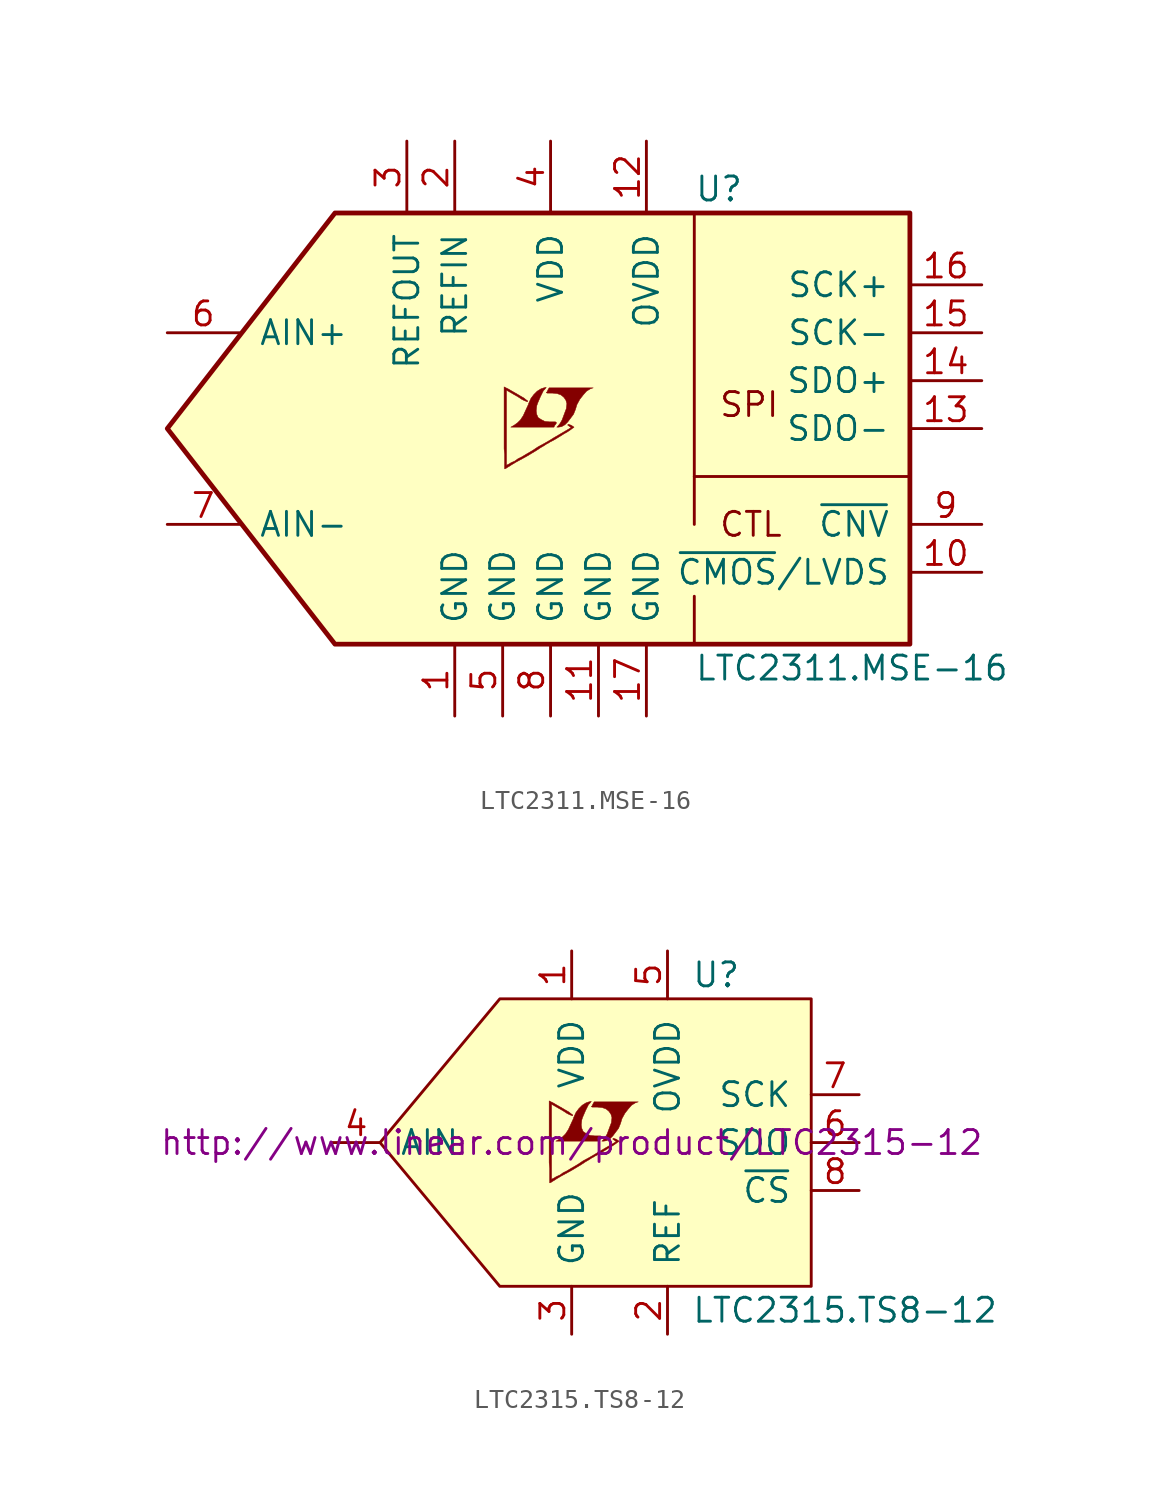
<source format=kicad_sym>
(kicad_symbol_lib
  (version 20201005)
  (generator kicad_symbol_editor)
  (symbol "LTC2311.MSE-16"
    (pin_names
      (offset 1.016))
    (property "Reference" "U"
      (at 7.62 12.7 0)
      (effects (font (size 1.27 1.27)) (justify left)))
    (property "Value" "LTC2311.MSE-16"
      (at 7.62 -12.7 0)
      (effects (font (size 1.27 1.27)) (justify left)))
    (symbol "LTC2311.MSE-16_0_0"
      (text "CTL" (at 8.89 -5.08 0) (effects (font (size 1.27 1.27)) (justify left)))
      (text "SPI" (at 8.89 1.27 0) (effects (font (size 1.27 1.27)) (justify left)))
      (polyline (pts (xy 0.584 0.102) (xy 0.762 0.203) (xy 0.914 0.356) (xy 1.219 0.762) (xy 1.321 1.016) (xy 1.397 1.27) (xy 1.549 1.549) (xy 1.727 1.778) (xy 1.905 1.981) (xy 2.108 2.108) (xy 2.261 2.159) (xy -0.076 2.159) (xy -0.152 2.032) (xy -0.152 2.007) (xy -0.203 1.93) (xy -0.229 1.905) (xy -0.178 1.88) (xy 0.102 1.88) (xy 0.356 1.854) (xy 0.559 1.778) (xy 0.711 1.651) (xy 0.813 1.499) (xy 0.864 1.321) (xy 0.838 1.092) (xy 0.838 1.067) (xy 0.61 0.457) (xy 0.508 0.279) (xy 0.406 0.152) (xy 0.33 0.076) (xy 0.432 0.076) (xy 0.584 0.102)) (stroke (width 0.025)) (fill (type outline)))
      (polyline (pts (xy 0.229 0.178) (xy 0.254 0.203) (xy 0.305 0.279) (xy 0.305 0.33) (xy 0.254 0.356) (xy -0.051 0.356) (xy -0.305 0.381) (xy -0.508 0.483) (xy -0.66 0.584) (xy -0.737 0.762) (xy -0.762 0.94) (xy -0.737 1.168) (xy -0.737 1.194) (xy -0.686 1.346) (xy -0.533 1.702) (xy -0.381 2.007) (xy -0.305 2.083) (xy -0.229 2.184) (xy -0.356 2.159) (xy -0.508 2.108) (xy -0.711 1.981) (xy -0.889 1.803) (xy -1.041 1.6) (xy -1.168 1.321) (xy -1.168 1.295) (xy -1.321 0.965) (xy -1.448 0.686) (xy -1.6 0.457) (xy -1.753 0.305) (xy -1.93 0.178) (xy -2.108 0.076) (xy 0.178 0.076) (xy 0.229 0.178)) (stroke (width 0.025)) (fill (type outline)))
      (polyline (pts (xy -2.362 -2.108) (xy -2.286 -2.057) (xy -2.159 -1.981) (xy -2.083 -1.93) (xy -1.829 -1.778) (xy -1.27 -1.473) (xy -0.762 -1.168) (xy -0.533 -1.016) (xy -0.356 -0.914) (xy -0.203 -0.813) (xy -0.102 -0.762) (xy -0.025 -0.711) (xy 0.127 -0.635) (xy 0.305 -0.533) (xy 0.711 -0.279) (xy 0.889 -0.178) (xy 1.041 -0.076) (xy 1.143 0) (xy 1.219 0.051) (xy 1.245 0.076) (xy 1.092 0.178) (xy 0.94 0.229) (xy 0.914 0.203) (xy 0.914 0.178) (xy 0.991 0.127) (xy 1.092 0.051) (xy 0.178 -0.483) (xy -0.025 -0.61) (xy -0.33 -0.787) (xy -0.66 -0.965) (xy -0.965 -1.168) (xy -1.27 -1.346) (xy -1.524 -1.499) (xy -1.727 -1.6) (xy -1.905 -1.727) (xy -2.083 -1.803) (xy -2.21 -1.88) (xy -2.311 -1.93) (xy -2.337 -1.956) (xy -2.337 2.032) (xy -1.803 1.727) (xy -1.676 1.651) (xy -1.524 1.549) (xy -1.372 1.473) (xy -1.295 1.448) (xy -1.245 1.422) (xy -1.219 1.422) (xy -1.219 1.473) (xy -1.295 1.524) (xy -1.422 1.626) (xy -1.6 1.727) (xy -1.727 1.803) (xy -2.083 2.007) (xy -2.21 2.083) (xy -2.464 2.21) (xy -2.464 -1.067) (xy -2.438 -1.372) (xy -2.438 -2.134) (xy -2.413 -2.134) (xy -2.362 -2.108)) (stroke (width 0.025)) (fill (type outline))))
    (symbol "LTC2311.MSE-16_0_1"
      (polyline (pts (xy 7.62 -11.43) (xy 7.62 -8.89)) (stroke (width 0)) (fill (type none)))
      (polyline (pts (xy 7.62 11.43) (xy 7.62 -5.08)) (stroke (width 0)) (fill (type none)))
      (polyline (pts (xy 7.62 -2.54) (xy 19.05 -2.54) (xy 19.05 -1.27)) (stroke (width 0)) (fill (type none)))
      (polyline (pts (xy 19.05 11.43) (xy 19.05 -11.43) (xy -11.43 -11.43) (xy -20.32 0) (xy -11.43 11.43) (xy 19.05 11.43)) (stroke (width 0.254)) (fill (type background))))
    (symbol "LTC2311.MSE-16_1_1"
      (pin power_in line (at -5.08 -15.24 90) (length 3.81) (name "GND" (effects (font (size 1.27 1.27)))) (number "1" (effects (font (size 1.27 1.27)))))
      (pin input line (at 22.86 -7.62 180) (length 3.81) (name "~CMOS~/LVDS" (effects (font (size 1.27 1.27)))) (number "10" (effects (font (size 1.27 1.27)))))
      (pin power_in line (at 2.54 -15.24 90) (length 3.81) (name "GND" (effects (font (size 1.27 1.27)))) (number "11" (effects (font (size 1.27 1.27)))))
      (pin power_in line (at 5.08 15.24 270) (length 3.81) (name "OVDD" (effects (font (size 1.27 1.27)))) (number "12" (effects (font (size 1.27 1.27)))))
      (pin output line (at 22.86 0 180) (length 3.81) (name "SDO-" (effects (font (size 1.27 1.27)))) (number "13" (effects (font (size 1.27 1.27)))))
      (pin output line (at 22.86 2.54 180) (length 3.81) (name "SDO+" (effects (font (size 1.27 1.27)))) (number "14" (effects (font (size 1.27 1.27)))))
      (pin input line (at 22.86 5.08 180) (length 3.81) (name "SCK-" (effects (font (size 1.27 1.27)))) (number "15" (effects (font (size 1.27 1.27)))))
      (pin input line (at 22.86 7.62 180) (length 3.81) (name "SCK+" (effects (font (size 1.27 1.27)))) (number "16" (effects (font (size 1.27 1.27)))))
      (pin power_in line (at 5.08 -15.24 90) (length 3.81) (name "GND" (effects (font (size 1.27 1.27)))) (number "17" (effects (font (size 1.27 1.27)))))
      (pin passive line (at -5.08 15.24 270) (length 3.81) (name "REFIN" (effects (font (size 1.27 1.27)))) (number "2" (effects (font (size 1.27 1.27)))))
      (pin passive line (at -7.62 15.24 270) (length 3.81) (name "REFOUT" (effects (font (size 1.27 1.27)))) (number "3" (effects (font (size 1.27 1.27)))))
      (pin power_in line (at 0 15.24 270) (length 3.81) (name "VDD" (effects (font (size 1.27 1.27)))) (number "4" (effects (font (size 1.27 1.27)))))
      (pin power_in line (at -2.54 -15.24 90) (length 3.81) (name "GND" (effects (font (size 1.27 1.27)))) (number "5" (effects (font (size 1.27 1.27)))))
      (pin input line (at -20.32 5.08 0) (length 3.81) (name "AIN+" (effects (font (size 1.27 1.27)))) (number "6" (effects (font (size 1.27 1.27)))))
      (pin input line (at -20.32 -5.08 0) (length 3.81) (name "AIN-" (effects (font (size 1.27 1.27)))) (number "7" (effects (font (size 1.27 1.27)))))
      (pin power_in line (at 0 -15.24 90) (length 3.81) (name "GND" (effects (font (size 1.27 1.27)))) (number "8" (effects (font (size 1.27 1.27)))))
      (pin input line (at 22.86 -5.08 180) (length 3.81) (name "~CNV~" (effects (font (size 1.27 1.27)))) (number "9" (effects (font (size 1.27 1.27)))))))
  (symbol "LTC2315.TS8-12"
    (pin_names
      (offset 1.016))
    (property "Reference" "U"
      (at 3.81 8.89 0)
      (effects (font (size 1.27 1.27)) (justify left)))
    (property "Value" "LTC2315.TS8-12"
      (at 3.81 -8.89 0)
      (effects (font (size 1.27 1.27)) (justify left)))
    (property "Datasheet" "http://www.linear.com/product/LTC2315-12"
      (at -2.54 0 0)
      (effects (font (size 1.27 1.27))))
    (symbol "LTC2315.TS8-12_0_0"
      (polyline (pts (xy 10.16 -7.62) (xy 10.16 7.62) (xy -6.35 7.62) (xy -12.7 0) (xy -6.35 -7.62) (xy 10.16 -7.62)) (stroke (width 0)) (fill (type background)))
      (polyline (pts (xy -0.686 0.102) (xy -0.508 0.203) (xy -0.356 0.356) (xy -0.051 0.762) (xy 0.051 1.016) (xy 0.127 1.27) (xy 0.279 1.549) (xy 0.457 1.778) (xy 0.635 1.981) (xy 0.838 2.108) (xy 0.991 2.159) (xy -1.346 2.159) (xy -1.422 2.032) (xy -1.422 2.007) (xy -1.473 1.93) (xy -1.499 1.905) (xy -1.448 1.88) (xy -1.168 1.88) (xy -0.914 1.854) (xy -0.711 1.778) (xy -0.559 1.651) (xy -0.457 1.499) (xy -0.406 1.321) (xy -0.432 1.092) (xy -0.432 1.067) (xy -0.66 0.457) (xy -0.762 0.279) (xy -0.864 0.152) (xy -0.94 0.076) (xy -0.838 0.076) (xy -0.686 0.102)) (stroke (width 0.025)) (fill (type outline)))
      (polyline (pts (xy -1.041 0.178) (xy -1.016 0.203) (xy -0.965 0.279) (xy -0.965 0.33) (xy -1.016 0.356) (xy -1.321 0.356) (xy -1.575 0.381) (xy -1.778 0.483) (xy -1.93 0.584) (xy -2.007 0.762) (xy -2.032 0.94) (xy -2.007 1.168) (xy -2.007 1.194) (xy -1.956 1.346) (xy -1.803 1.702) (xy -1.651 2.007) (xy -1.575 2.083) (xy -1.499 2.184) (xy -1.626 2.159) (xy -1.778 2.108) (xy -1.981 1.981) (xy -2.159 1.803) (xy -2.311 1.6) (xy -2.438 1.321) (xy -2.438 1.295) (xy -2.591 0.965) (xy -2.718 0.686) (xy -2.87 0.457) (xy -3.023 0.305) (xy -3.2 0.178) (xy -3.378 0.076) (xy -1.092 0.076) (xy -1.041 0.178)) (stroke (width 0.025)) (fill (type outline)))
      (polyline (pts (xy -3.632 -2.108) (xy -3.556 -2.057) (xy -3.429 -1.981) (xy -3.353 -1.93) (xy -3.099 -1.778) (xy -2.54 -1.473) (xy -2.032 -1.168) (xy -1.803 -1.016) (xy -1.626 -0.914) (xy -1.473 -0.813) (xy -1.372 -0.762) (xy -1.295 -0.711) (xy -1.143 -0.635) (xy -0.965 -0.533) (xy -0.559 -0.279) (xy -0.381 -0.178) (xy -0.229 -0.076) (xy -0.127 0) (xy -0.051 0.051) (xy -0.025 0.076) (xy -0.178 0.178) (xy -0.33 0.229) (xy -0.356 0.203) (xy -0.356 0.178) (xy -0.279 0.127) (xy -0.178 0.051) (xy -1.092 -0.483) (xy -1.295 -0.61) (xy -1.6 -0.787) (xy -1.93 -0.965) (xy -2.235 -1.168) (xy -2.54 -1.346) (xy -2.794 -1.499) (xy -2.997 -1.6) (xy -3.175 -1.727) (xy -3.353 -1.803) (xy -3.48 -1.88) (xy -3.581 -1.93) (xy -3.607 -1.956) (xy -3.607 2.032) (xy -3.073 1.727) (xy -2.946 1.651) (xy -2.794 1.549) (xy -2.642 1.473) (xy -2.565 1.448) (xy -2.515 1.422) (xy -2.489 1.422) (xy -2.489 1.473) (xy -2.565 1.524) (xy -2.692 1.626) (xy -2.87 1.727) (xy -2.997 1.803) (xy -3.353 2.007) (xy -3.48 2.083) (xy -3.734 2.21) (xy -3.734 -1.067) (xy -3.708 -1.372) (xy -3.708 -2.134) (xy -3.683 -2.134) (xy -3.632 -2.108)) (stroke (width 0.025)) (fill (type outline))))
    (symbol "LTC2315.TS8-12_1_1"
      (pin power_in line (at -2.54 10.16 270) (length 2.54) (name "VDD" (effects (font (size 1.27 1.27)))) (number "1" (effects (font (size 1.27 1.27)))))
      (pin passive line (at 2.54 -10.16 90) (length 2.54) (name "REF" (effects (font (size 1.27 1.27)))) (number "2" (effects (font (size 1.27 1.27)))))
      (pin power_in line (at -2.54 -10.16 90) (length 2.54) (name "GND" (effects (font (size 1.27 1.27)))) (number "3" (effects (font (size 1.27 1.27)))))
      (pin input line (at -15.24 0 0) (length 2.54) (name "AIN" (effects (font (size 1.27 1.27)))) (number "4" (effects (font (size 1.27 1.27)))))
      (pin power_in line (at 2.54 10.16 270) (length 2.54) (name "OVDD" (effects (font (size 1.27 1.27)))) (number "5" (effects (font (size 1.27 1.27)))))
      (pin output line (at 12.7 0 180) (length 2.54) (name "SDO" (effects (font (size 1.27 1.27)))) (number "6" (effects (font (size 1.27 1.27)))))
      (pin input line (at 12.7 2.54 180) (length 2.54) (name "SCK" (effects (font (size 1.27 1.27)))) (number "7" (effects (font (size 1.27 1.27)))))
      (pin input line (at 12.7 -2.54 180) (length 2.54) (name "~CS~" (effects (font (size 1.27 1.27)))) (number "8" (effects (font (size 1.27 1.27))))))))
</source>
